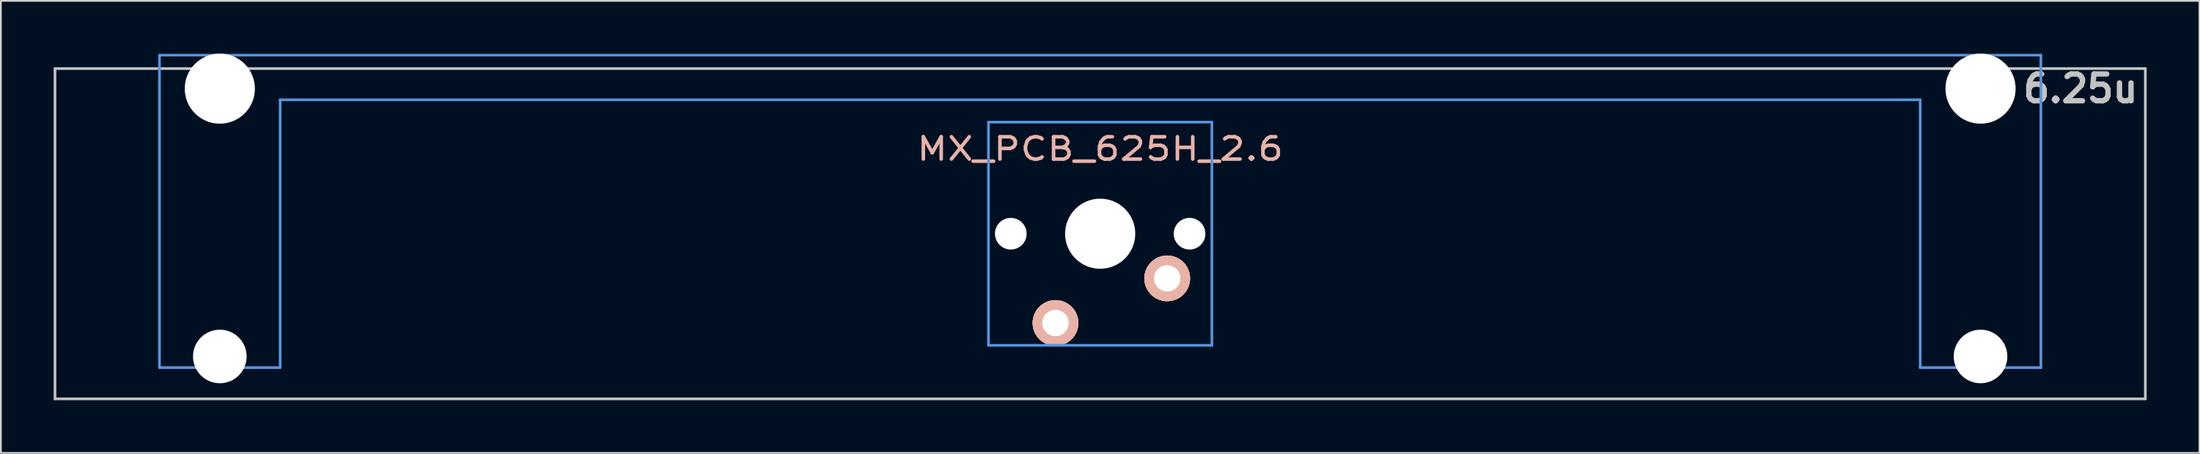
<source format=kicad_pcb>
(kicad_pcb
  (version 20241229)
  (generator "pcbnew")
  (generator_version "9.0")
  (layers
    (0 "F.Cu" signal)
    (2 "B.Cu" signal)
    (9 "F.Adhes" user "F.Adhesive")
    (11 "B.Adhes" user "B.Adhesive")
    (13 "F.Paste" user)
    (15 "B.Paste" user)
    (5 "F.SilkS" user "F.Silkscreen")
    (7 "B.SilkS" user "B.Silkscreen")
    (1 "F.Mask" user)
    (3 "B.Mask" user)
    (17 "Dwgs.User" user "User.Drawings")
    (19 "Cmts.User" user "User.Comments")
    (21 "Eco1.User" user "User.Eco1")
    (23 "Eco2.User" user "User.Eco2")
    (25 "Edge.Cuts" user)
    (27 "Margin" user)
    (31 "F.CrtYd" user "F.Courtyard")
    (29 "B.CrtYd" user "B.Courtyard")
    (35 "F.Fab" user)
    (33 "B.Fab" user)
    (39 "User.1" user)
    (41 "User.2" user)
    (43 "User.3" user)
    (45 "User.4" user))
  (footprint "MX_PCB_625H_2.6"
    (layer "F.Cu")
    (at 59.482 10.249)
    (property "Reference" "MX_PCB_625H_2.6" (at 0 -4.825 0) (layer "B.SilkS") (effects (font (size 1.27 1.524) (thickness 0.203))))
    (attr through_hole)
    (fp_line (start -59.406 -9.398) (end 59.406 -9.398) (stroke (width 0.152) (type solid)) (layer "Dwgs.User"))
    (fp_line (start -59.406 9.398) (end -59.406 -9.398) (stroke (width 0.152) (type solid)) (layer "Dwgs.User"))
    (fp_line (start 59.406 -9.398) (end 59.406 9.398) (stroke (width 0.152) (type solid)) (layer "Dwgs.User"))
    (fp_line (start 59.406 9.398) (end -59.406 9.398) (stroke (width 0.152) (type solid)) (layer "Dwgs.User"))
    (fp_line (start -53.467 -10.16) (end -53.467 7.62) (stroke (width 0.152) (type solid)) (layer "Cmts.User"))
    (fp_line (start -53.467 7.62) (end -46.609 7.62) (stroke (width 0.152) (type solid)) (layer "Cmts.User"))
    (fp_line (start -46.609 -7.62) (end 46.609 -7.62) (stroke (width 0.152) (type solid)) (layer "Cmts.User"))
    (fp_line (start -46.609 7.62) (end -46.609 -7.62) (stroke (width 0.152) (type solid)) (layer "Cmts.User"))
    (fp_line (start -6.35 -6.35) (end 6.35 -6.35) (stroke (width 0.152) (type solid)) (layer "Cmts.User"))
    (fp_line (start -6.35 6.35) (end -6.35 -6.35) (stroke (width 0.152) (type solid)) (layer "Cmts.User"))
    (fp_line (start 6.35 -6.35) (end 6.35 6.35) (stroke (width 0.152) (type solid)) (layer "Cmts.User"))
    (fp_line (start 6.35 6.35) (end -6.35 6.35) (stroke (width 0.152) (type solid)) (layer "Cmts.User"))
    (fp_line (start 46.609 -7.62) (end 46.609 7.62) (stroke (width 0.152) (type solid)) (layer "Cmts.User"))
    (fp_line (start 46.609 7.62) (end 53.467 7.62) (stroke (width 0.152) (type solid)) (layer "Cmts.User"))
    (fp_line (start 53.467 -10.16) (end -53.467 -10.16) (stroke (width 0.152) (type solid)) (layer "Cmts.User"))
    (fp_line (start 53.467 7.62) (end 53.467 -10.16) (stroke (width 0.152) (type solid)) (layer "Cmts.User"))
    (fp_line (start -54.229 -0.508) (end -53.365 -0.508) (stroke (width 0.152) (type solid)) (layer "Eco2.User"))
    (fp_line (start -54.229 2.286) (end -54.229 -0.508) (stroke (width 0.152) (type solid)) (layer "Eco2.User"))
    (fp_line (start -53.365 -6.604) (end -52.324 -6.604) (stroke (width 0.152) (type solid)) (layer "Eco2.User"))
    (fp_line (start -53.365 -0.508) (end -53.365 -6.604) (stroke (width 0.152) (type solid)) (layer "Eco2.User"))
    (fp_line (start -53.365 2.286) (end -54.229 2.286) (stroke (width 0.152) (type solid)) (layer "Eco2.User"))
    (fp_line (start -53.365 5.69) (end -53.365 2.286) (stroke (width 0.152) (type solid)) (layer "Eco2.User"))
    (fp_line (start -52.324 -7.772) (end -47.752 -7.772) (stroke (width 0.152) (type solid)) (layer "Eco2.User"))
    (fp_line (start -52.324 -6.604) (end -52.324 -7.772) (stroke (width 0.152) (type solid)) (layer "Eco2.User"))
    (fp_line (start -47.752 -7.772) (end -47.752 -6.604) (stroke (width 0.152) (type solid)) (layer "Eco2.User"))
    (fp_line (start -47.752 -6.604) (end -46.711 -6.604) (stroke (width 0.152) (type solid)) (layer "Eco2.User"))
    (fp_line (start -46.711 -6.604) (end -46.711 -2.286) (stroke (width 0.152) (type solid)) (layer "Eco2.User"))
    (fp_line (start -46.711 -2.286) (end -6.985 -2.286) (stroke (width 0.152) (type solid)) (layer "Eco2.User"))
    (fp_line (start -46.711 2.286) (end -46.711 5.69) (stroke (width 0.152) (type solid)) (layer "Eco2.User"))
    (fp_line (start -46.711 5.69) (end -53.365 5.69) (stroke (width 0.152) (type solid)) (layer "Eco2.User"))
    (fp_line (start -6.985 -6.985) (end 6.985 -6.985) (stroke (width 0.152) (type solid)) (layer "Eco2.User"))
    (fp_line (start -6.985 -2.286) (end -6.985 -6.985) (stroke (width 0.152) (type solid)) (layer "Eco2.User"))
    (fp_line (start -6.985 2.286) (end -46.711 2.286) (stroke (width 0.152) (type solid)) (layer "Eco2.User"))
    (fp_line (start -6.985 6.985) (end -6.985 2.286) (stroke (width 0.152) (type solid)) (layer "Eco2.User"))
    (fp_line (start 6.985 -6.985) (end 6.985 -2.286) (stroke (width 0.152) (type solid)) (layer "Eco2.User"))
    (fp_line (start 6.985 -2.286) (end 46.711 -2.286) (stroke (width 0.152) (type solid)) (layer "Eco2.User"))
    (fp_line (start 6.985 2.286) (end 6.985 6.985) (stroke (width 0.152) (type solid)) (layer "Eco2.User"))
    (fp_line (start 6.985 6.985) (end -6.985 6.985) (stroke (width 0.152) (type solid)) (layer "Eco2.User"))
    (fp_line (start 46.711 -6.604) (end 47.752 -6.604) (stroke (width 0.152) (type solid)) (layer "Eco2.User"))
    (fp_line (start 46.711 -2.286) (end 46.711 -6.604) (stroke (width 0.152) (type solid)) (layer "Eco2.User"))
    (fp_line (start 46.711 2.286) (end 6.985 2.286) (stroke (width 0.152) (type solid)) (layer "Eco2.User"))
    (fp_line (start 46.711 5.69) (end 46.711 2.286) (stroke (width 0.152) (type solid)) (layer "Eco2.User"))
    (fp_line (start 47.752 -7.772) (end 52.324 -7.772) (stroke (width 0.152) (type solid)) (layer "Eco2.User"))
    (fp_line (start 47.752 -6.604) (end 47.752 -7.772) (stroke (width 0.152) (type solid)) (layer "Eco2.User"))
    (fp_line (start 52.324 -7.772) (end 52.324 -6.604) (stroke (width 0.152) (type solid)) (layer "Eco2.User"))
    (fp_line (start 52.324 -6.604) (end 53.365 -6.604) (stroke (width 0.152) (type solid)) (layer "Eco2.User"))
    (fp_line (start 53.365 -6.604) (end 53.365 -0.508) (stroke (width 0.152) (type solid)) (layer "Eco2.User"))
    (fp_line (start 53.365 -0.508) (end 54.229 -0.508) (stroke (width 0.152) (type solid)) (layer "Eco2.User"))
    (fp_line (start 53.365 2.286) (end 53.365 5.69) (stroke (width 0.152) (type solid)) (layer "Eco2.User"))
    (fp_line (start 53.365 5.69) (end 46.711 5.69) (stroke (width 0.152) (type solid)) (layer "Eco2.User"))
    (fp_line (start 54.229 -0.508) (end 54.229 2.286) (stroke (width 0.152) (type solid)) (layer "Eco2.User"))
    (fp_line (start 54.229 2.286) (end 53.365 2.286) (stroke (width 0.152) (type solid)) (layer "Eco2.User"))
    (fp_text user "6.25u" (at 55.723 -8.255 180) (layer "Dwgs.User") (effects (font (size 1.524 1.524) (thickness 0.305))))
    (pad "" np_thru_hole circle (at -50.038 -8.255 180) (size 3.988 3.988) (drill 3.988) (layers "*.Cu"))
    (pad "" np_thru_hole circle (at -50.038 6.985 180) (size 3.048 3.048) (drill 3.048) (layers "*.Cu"))
    (pad "" np_thru_hole circle (at -5.08 0 180) (size 1.8 1.8) (drill 1.8) (layers "*.Cu"))
    (pad "" np_thru_hole circle (at 0 0 180) (size 3.988 3.988) (drill 3.988) (layers "*.Cu"))
    (pad "" np_thru_hole circle (at 5.08 0 180) (size 1.8 1.8) (drill 1.8) (layers "*.Cu"))
    (pad "" np_thru_hole circle (at 50.038 -8.255 180) (size 3.988 3.988) (drill 3.988) (layers "*.Cu"))
    (pad "" np_thru_hole circle (at 50.038 6.985 180) (size 3.048 3.048) (drill 3.048) (layers "*.Cu"))
    (pad "1" thru_hole circle (at -2.54 5.08 180) (size 2.6 2.6) (drill 1.499) (layers "*.Cu" "*.SilkS" "*.Mask"))
    (pad "2" thru_hole circle (at 3.81 2.54 180) (size 2.6 2.6) (drill 1.499) (layers "*.Cu" "*.SilkS" "*.Mask")))
  (gr_rect
    (start -3 -3)
    (end 121.963 22.723)
    (stroke (width 0.1) (type default))
    (fill no)
    (layer "Edge.Cuts")))
</source>
